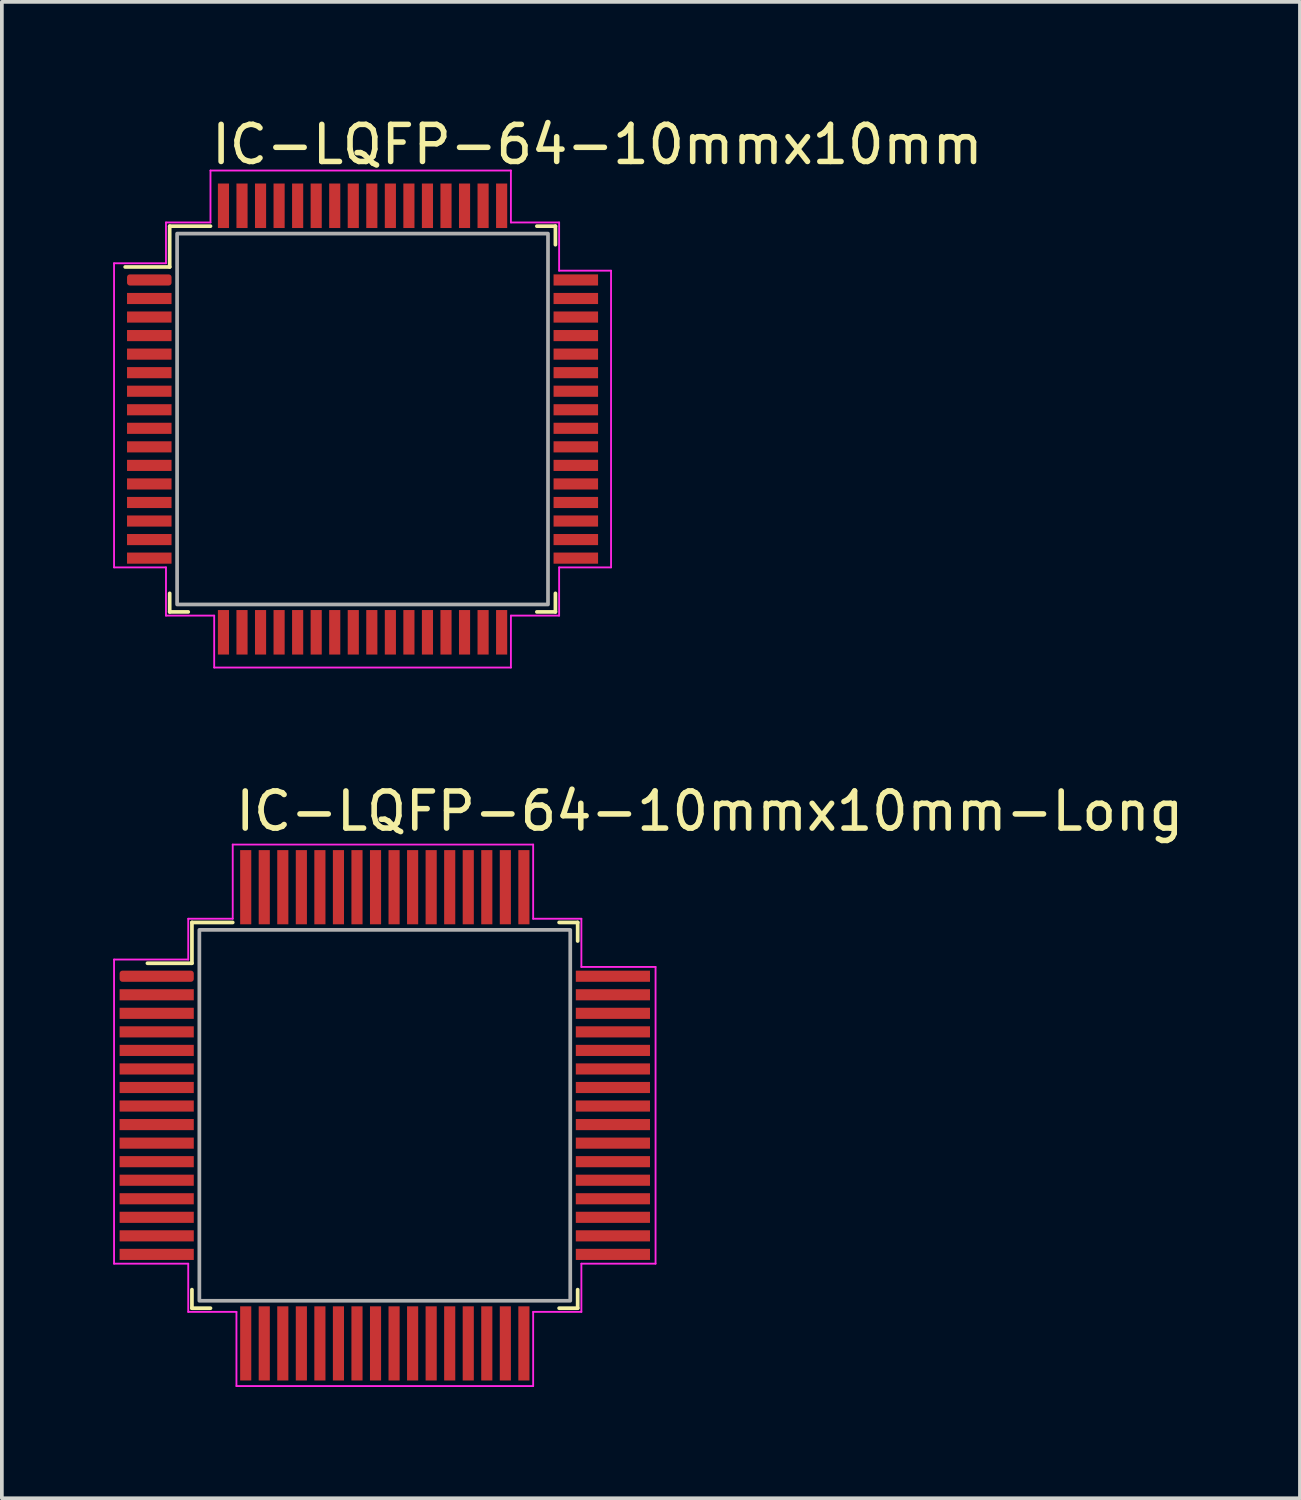
<source format=kicad_pcb>
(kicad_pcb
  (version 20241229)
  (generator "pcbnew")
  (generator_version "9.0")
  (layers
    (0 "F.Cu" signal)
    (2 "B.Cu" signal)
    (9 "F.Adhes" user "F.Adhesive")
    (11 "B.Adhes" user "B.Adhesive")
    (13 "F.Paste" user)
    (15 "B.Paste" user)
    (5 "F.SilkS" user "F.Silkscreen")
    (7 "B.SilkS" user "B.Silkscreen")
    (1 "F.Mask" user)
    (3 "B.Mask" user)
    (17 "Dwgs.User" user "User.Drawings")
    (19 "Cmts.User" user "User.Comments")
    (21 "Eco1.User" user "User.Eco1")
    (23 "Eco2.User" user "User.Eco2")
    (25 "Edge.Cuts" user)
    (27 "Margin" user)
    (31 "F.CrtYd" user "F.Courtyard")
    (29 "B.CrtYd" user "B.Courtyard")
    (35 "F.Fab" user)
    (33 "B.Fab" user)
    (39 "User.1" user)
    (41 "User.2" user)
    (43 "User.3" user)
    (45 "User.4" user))
  (footprint "IC-LQFP-64-10mmx10mm"
    (layer "F.Cu")
    (at 6.725 8.248)
    (property "Reference" "IC-LQFP-64-10mmx10mm" (at -4.15 -7.4 0) (layer "F.SilkS") (effects (font (size 1 1) (thickness 0.15)) (justify left)))
    (attr smd)
    (fp_line (start -5.2 -5.2) (end -4.1 -5.2) (stroke (width 0.1) (type default)) (layer "F.SilkS"))
    (fp_line (start -5.2 -4.1) (end -6.4 -4.1) (stroke (width 0.1) (type default)) (layer "F.SilkS"))
    (fp_line (start -5.2 -4.1) (end -5.2 -5.2) (stroke (width 0.1) (type default)) (layer "F.SilkS"))
    (fp_line (start -5.2 5.2) (end -5.2 4.7) (stroke (width 0.1) (type default)) (layer "F.SilkS"))
    (fp_line (start -4.7 5.2) (end -5.2 5.2) (stroke (width 0.1) (type default)) (layer "F.SilkS"))
    (fp_line (start 4.7 -5.2) (end 5.2 -5.2) (stroke (width 0.1) (type default)) (layer "F.SilkS"))
    (fp_line (start 5.2 -5.2) (end 5.2 -4.7) (stroke (width 0.1) (type default)) (layer "F.SilkS"))
    (fp_line (start 5.2 4.7) (end 5.2 5.2) (stroke (width 0.1) (type default)) (layer "F.SilkS"))
    (fp_line (start 5.2 5.2) (end 4.7 5.2) (stroke (width 0.1) (type default)) (layer "F.SilkS"))
    (fp_line (start -6.7 -4.2) (end -6.7 4) (stroke (width 0.05) (type default)) (layer "F.CrtYd"))
    (fp_line (start -6.7 4) (end -5.3 4) (stroke (width 0.05) (type default)) (layer "F.CrtYd"))
    (fp_line (start -5.3 -5.3) (end -5.3 -4.2) (stroke (width 0.05) (type default)) (layer "F.CrtYd"))
    (fp_line (start -5.3 -4.2) (end -6.7 -4.2) (stroke (width 0.05) (type default)) (layer "F.CrtYd"))
    (fp_line (start -5.3 4) (end -5.3 5.3) (stroke (width 0.05) (type default)) (layer "F.CrtYd"))
    (fp_line (start -5.3 5.3) (end -4 5.3) (stroke (width 0.05) (type default)) (layer "F.CrtYd"))
    (fp_line (start -4.1 -6.7) (end -4.1 -5.3) (stroke (width 0.05) (type default)) (layer "F.CrtYd"))
    (fp_line (start -4.1 -5.3) (end -5.3 -5.3) (stroke (width 0.05) (type default)) (layer "F.CrtYd"))
    (fp_line (start -4 5.3) (end -4 6.7) (stroke (width 0.05) (type default)) (layer "F.CrtYd"))
    (fp_line (start -4 6.7) (end 4 6.7) (stroke (width 0.05) (type default)) (layer "F.CrtYd"))
    (fp_line (start 4 -6.7) (end -4.1 -6.7) (stroke (width 0.05) (type default)) (layer "F.CrtYd"))
    (fp_line (start 4 -5.3) (end 4 -6.7) (stroke (width 0.05) (type default)) (layer "F.CrtYd"))
    (fp_line (start 4 5.3) (end 5.3 5.3) (stroke (width 0.05) (type default)) (layer "F.CrtYd"))
    (fp_line (start 4 6.7) (end 4 5.3) (stroke (width 0.05) (type default)) (layer "F.CrtYd"))
    (fp_line (start 5.3 -5.3) (end 4 -5.3) (stroke (width 0.05) (type default)) (layer "F.CrtYd"))
    (fp_line (start 5.3 -4) (end 5.3 -5.3) (stroke (width 0.05) (type default)) (layer "F.CrtYd"))
    (fp_line (start 5.3 4) (end 6.7 4) (stroke (width 0.05) (type default)) (layer "F.CrtYd"))
    (fp_line (start 5.3 5.3) (end 5.3 4) (stroke (width 0.05) (type default)) (layer "F.CrtYd"))
    (fp_line (start 6.7 -4) (end 5.3 -4) (stroke (width 0.05) (type default)) (layer "F.CrtYd"))
    (fp_line (start 6.7 4) (end 6.7 -4) (stroke (width 0.05) (type default)) (layer "F.CrtYd"))
    (fp_rect (start -5 -5) (end 5 5) (stroke (width 0.1) (type default)) (fill no) (layer "F.Fab"))
    (pad "1" smd roundrect (at -5.75 -3.75 270) (size 0.3 1.2) (layers "F.Cu" "F.Mask" "F.Paste") (roundrect_rratio 0.25))
    (pad "2" smd rect (at -5.75 -3.25 270) (size 0.3 1.2) (layers "F.Cu" "F.Mask" "F.Paste"))
    (pad "3" smd rect (at -5.75 -2.75 270) (size 0.3 1.2) (layers "F.Cu" "F.Mask" "F.Paste"))
    (pad "4" smd rect (at -5.75 -2.25 270) (size 0.3 1.2) (layers "F.Cu" "F.Mask" "F.Paste"))
    (pad "5" smd rect (at -5.75 -1.75 270) (size 0.3 1.2) (layers "F.Cu" "F.Mask" "F.Paste"))
    (pad "6" smd rect (at -5.75 -1.25 270) (size 0.3 1.2) (layers "F.Cu" "F.Mask" "F.Paste"))
    (pad "7" smd rect (at -5.75 -0.75 270) (size 0.3 1.2) (layers "F.Cu" "F.Mask" "F.Paste"))
    (pad "8" smd rect (at -5.75 -0.25 270) (size 0.3 1.2) (layers "F.Cu" "F.Mask" "F.Paste"))
    (pad "9" smd rect (at -5.75 0.25 270) (size 0.3 1.2) (layers "F.Cu" "F.Mask" "F.Paste"))
    (pad "10" smd rect (at -5.75 0.75 270) (size 0.3 1.2) (layers "F.Cu" "F.Mask" "F.Paste"))
    (pad "11" smd rect (at -5.75 1.25 270) (size 0.3 1.2) (layers "F.Cu" "F.Mask" "F.Paste"))
    (pad "12" smd rect (at -5.75 1.75 270) (size 0.3 1.2) (layers "F.Cu" "F.Mask" "F.Paste"))
    (pad "13" smd rect (at -5.75 2.25 270) (size 0.3 1.2) (layers "F.Cu" "F.Mask" "F.Paste"))
    (pad "14" smd rect (at -5.75 2.75 270) (size 0.3 1.2) (layers "F.Cu" "F.Mask" "F.Paste"))
    (pad "15" smd rect (at -5.75 3.25 270) (size 0.3 1.2) (layers "F.Cu" "F.Mask" "F.Paste"))
    (pad "16" smd rect (at -5.75 3.75 270) (size 0.3 1.2) (layers "F.Cu" "F.Mask" "F.Paste"))
    (pad "17" smd rect (at -3.75 5.75) (size 0.3 1.2) (layers "F.Cu" "F.Mask" "F.Paste"))
    (pad "18" smd rect (at -3.25 5.75) (size 0.3 1.2) (layers "F.Cu" "F.Mask" "F.Paste"))
    (pad "19" smd rect (at -2.75 5.75) (size 0.3 1.2) (layers "F.Cu" "F.Mask" "F.Paste"))
    (pad "20" smd rect (at -2.25 5.75) (size 0.3 1.2) (layers "F.Cu" "F.Mask" "F.Paste"))
    (pad "21" smd rect (at -1.75 5.75) (size 0.3 1.2) (layers "F.Cu" "F.Mask" "F.Paste"))
    (pad "22" smd rect (at -1.25 5.75) (size 0.3 1.2) (layers "F.Cu" "F.Mask" "F.Paste"))
    (pad "23" smd rect (at -0.75 5.75) (size 0.3 1.2) (layers "F.Cu" "F.Mask" "F.Paste"))
    (pad "24" smd rect (at -0.25 5.75) (size 0.3 1.2) (layers "F.Cu" "F.Mask" "F.Paste"))
    (pad "25" smd rect (at 0.25 5.75) (size 0.3 1.2) (layers "F.Cu" "F.Mask" "F.Paste"))
    (pad "26" smd rect (at 0.75 5.75) (size 0.3 1.2) (layers "F.Cu" "F.Mask" "F.Paste"))
    (pad "27" smd rect (at 1.25 5.75) (size 0.3 1.2) (layers "F.Cu" "F.Mask" "F.Paste"))
    (pad "28" smd rect (at 1.75 5.75) (size 0.3 1.2) (layers "F.Cu" "F.Mask" "F.Paste"))
    (pad "29" smd rect (at 2.25 5.75) (size 0.3 1.2) (layers "F.Cu" "F.Mask" "F.Paste"))
    (pad "30" smd rect (at 2.75 5.75) (size 0.3 1.2) (layers "F.Cu" "F.Mask" "F.Paste"))
    (pad "31" smd rect (at 3.25 5.75) (size 0.3 1.2) (layers "F.Cu" "F.Mask" "F.Paste"))
    (pad "32" smd rect (at 3.75 5.75) (size 0.3 1.2) (layers "F.Cu" "F.Mask" "F.Paste"))
    (pad "33" smd rect (at 5.75 3.75 90) (size 0.3 1.2) (layers "F.Cu" "F.Mask" "F.Paste"))
    (pad "34" smd rect (at 5.75 3.25 90) (size 0.3 1.2) (layers "F.Cu" "F.Mask" "F.Paste"))
    (pad "35" smd rect (at 5.75 2.75 90) (size 0.3 1.2) (layers "F.Cu" "F.Mask" "F.Paste"))
    (pad "36" smd rect (at 5.75 2.25 90) (size 0.3 1.2) (layers "F.Cu" "F.Mask" "F.Paste"))
    (pad "37" smd rect (at 5.75 1.75 90) (size 0.3 1.2) (layers "F.Cu" "F.Mask" "F.Paste"))
    (pad "38" smd rect (at 5.75 1.25 90) (size 0.3 1.2) (layers "F.Cu" "F.Mask" "F.Paste"))
    (pad "39" smd rect (at 5.75 0.75 90) (size 0.3 1.2) (layers "F.Cu" "F.Mask" "F.Paste"))
    (pad "40" smd rect (at 5.75 0.25 90) (size 0.3 1.2) (layers "F.Cu" "F.Mask" "F.Paste"))
    (pad "41" smd rect (at 5.75 -0.25 90) (size 0.3 1.2) (layers "F.Cu" "F.Mask" "F.Paste"))
    (pad "42" smd rect (at 5.75 -0.75 90) (size 0.3 1.2) (layers "F.Cu" "F.Mask" "F.Paste"))
    (pad "43" smd rect (at 5.75 -1.25 90) (size 0.3 1.2) (layers "F.Cu" "F.Mask" "F.Paste"))
    (pad "44" smd rect (at 5.75 -1.75 90) (size 0.3 1.2) (layers "F.Cu" "F.Mask" "F.Paste"))
    (pad "45" smd rect (at 5.75 -2.25 90) (size 0.3 1.2) (layers "F.Cu" "F.Mask" "F.Paste"))
    (pad "46" smd rect (at 5.75 -2.75 90) (size 0.3 1.2) (layers "F.Cu" "F.Mask" "F.Paste"))
    (pad "47" smd rect (at 5.75 -3.25 90) (size 0.3 1.2) (layers "F.Cu" "F.Mask" "F.Paste"))
    (pad "48" smd rect (at 5.75 -3.75 90) (size 0.3 1.2) (layers "F.Cu" "F.Mask" "F.Paste"))
    (pad "49" smd rect (at 3.75 -5.75 180) (size 0.3 1.2) (layers "F.Cu" "F.Mask" "F.Paste"))
    (pad "50" smd rect (at 3.25 -5.75 180) (size 0.3 1.2) (layers "F.Cu" "F.Mask" "F.Paste"))
    (pad "51" smd rect (at 2.75 -5.75 180) (size 0.3 1.2) (layers "F.Cu" "F.Mask" "F.Paste"))
    (pad "52" smd rect (at 2.25 -5.75 180) (size 0.3 1.2) (layers "F.Cu" "F.Mask" "F.Paste"))
    (pad "53" smd rect (at 1.75 -5.75 180) (size 0.3 1.2) (layers "F.Cu" "F.Mask" "F.Paste"))
    (pad "54" smd rect (at 1.25 -5.75 180) (size 0.3 1.2) (layers "F.Cu" "F.Mask" "F.Paste"))
    (pad "55" smd rect (at 0.75 -5.75 180) (size 0.3 1.2) (layers "F.Cu" "F.Mask" "F.Paste"))
    (pad "56" smd rect (at 0.25 -5.75 180) (size 0.3 1.2) (layers "F.Cu" "F.Mask" "F.Paste"))
    (pad "57" smd rect (at -0.25 -5.75 180) (size 0.3 1.2) (layers "F.Cu" "F.Mask" "F.Paste"))
    (pad "58" smd rect (at -0.75 -5.75 180) (size 0.3 1.2) (layers "F.Cu" "F.Mask" "F.Paste"))
    (pad "59" smd rect (at -1.25 -5.75 180) (size 0.3 1.2) (layers "F.Cu" "F.Mask" "F.Paste"))
    (pad "60" smd rect (at -1.75 -5.75 180) (size 0.3 1.2) (layers "F.Cu" "F.Mask" "F.Paste"))
    (pad "61" smd rect (at -2.25 -5.75 180) (size 0.3 1.2) (layers "F.Cu" "F.Mask" "F.Paste"))
    (pad "62" smd rect (at -2.75 -5.75 180) (size 0.3 1.2) (layers "F.Cu" "F.Mask" "F.Paste"))
    (pad "63" smd rect (at -3.25 -5.75 180) (size 0.3 1.2) (layers "F.Cu" "F.Mask" "F.Paste"))
    (pad "64" smd rect (at -3.75 -5.75 180) (size 0.3 1.2) (layers "F.Cu" "F.Mask" "F.Paste")))
  (footprint "IC-LQFP-64-10mmx10mm-Long"
    (layer "F.Cu")
    (at 7.325 27.021)
    (property "Reference" "IC-LQFP-64-10mmx10mm-Long" (at -4.1 -8.2 0) (layer "F.SilkS") (effects (font (size 1 1) (thickness 0.15)) (justify left)))
    (attr smd)
    (fp_line (start -5.2 -5.2) (end -4.1 -5.2) (stroke (width 0.1) (type default)) (layer "F.SilkS"))
    (fp_line (start -5.2 -4.1) (end -6.4 -4.1) (stroke (width 0.1) (type default)) (layer "F.SilkS"))
    (fp_line (start -5.2 -4.1) (end -5.2 -5.2) (stroke (width 0.1) (type default)) (layer "F.SilkS"))
    (fp_line (start -5.2 5.2) (end -5.2 4.7) (stroke (width 0.1) (type default)) (layer "F.SilkS"))
    (fp_line (start -4.7 5.2) (end -5.2 5.2) (stroke (width 0.1) (type default)) (layer "F.SilkS"))
    (fp_line (start 4.7 -5.2) (end 5.2 -5.2) (stroke (width 0.1) (type default)) (layer "F.SilkS"))
    (fp_line (start 5.2 -5.2) (end 5.2 -4.7) (stroke (width 0.1) (type default)) (layer "F.SilkS"))
    (fp_line (start 5.2 4.7) (end 5.2 5.2) (stroke (width 0.1) (type default)) (layer "F.SilkS"))
    (fp_line (start 5.2 5.2) (end 4.7 5.2) (stroke (width 0.1) (type default)) (layer "F.SilkS"))
    (fp_line (start -7.3 -4.2) (end -7.3 4) (stroke (width 0.05) (type default)) (layer "F.CrtYd"))
    (fp_line (start -7.3 4) (end -5.3 4) (stroke (width 0.05) (type default)) (layer "F.CrtYd"))
    (fp_line (start -5.3 -5.3) (end -5.3 -4.2) (stroke (width 0.05) (type default)) (layer "F.CrtYd"))
    (fp_line (start -5.3 -4.2) (end -7.3 -4.2) (stroke (width 0.05) (type default)) (layer "F.CrtYd"))
    (fp_line (start -5.3 4) (end -5.3 5.3) (stroke (width 0.05) (type default)) (layer "F.CrtYd"))
    (fp_line (start -5.3 5.3) (end -4 5.3) (stroke (width 0.05) (type default)) (layer "F.CrtYd"))
    (fp_line (start -4.1 -7.3) (end -4.1 -5.3) (stroke (width 0.05) (type default)) (layer "F.CrtYd"))
    (fp_line (start -4.1 -5.3) (end -5.3 -5.3) (stroke (width 0.05) (type default)) (layer "F.CrtYd"))
    (fp_line (start -4 5.3) (end -4 7.3) (stroke (width 0.05) (type default)) (layer "F.CrtYd"))
    (fp_line (start -4 7.3) (end 4 7.3) (stroke (width 0.05) (type default)) (layer "F.CrtYd"))
    (fp_line (start 4 -7.3) (end -4.1 -7.3) (stroke (width 0.05) (type default)) (layer "F.CrtYd"))
    (fp_line (start 4 -5.3) (end 4 -7.3) (stroke (width 0.05) (type default)) (layer "F.CrtYd"))
    (fp_line (start 4 5.3) (end 5.3 5.3) (stroke (width 0.05) (type default)) (layer "F.CrtYd"))
    (fp_line (start 4 7.3) (end 4 5.3) (stroke (width 0.05) (type default)) (layer "F.CrtYd"))
    (fp_line (start 5.3 -5.3) (end 4 -5.3) (stroke (width 0.05) (type default)) (layer "F.CrtYd"))
    (fp_line (start 5.3 -4) (end 5.3 -5.3) (stroke (width 0.05) (type default)) (layer "F.CrtYd"))
    (fp_line (start 5.3 4) (end 7.3 4) (stroke (width 0.05) (type default)) (layer "F.CrtYd"))
    (fp_line (start 5.3 5.3) (end 5.3 4) (stroke (width 0.05) (type default)) (layer "F.CrtYd"))
    (fp_line (start 7.3 -4) (end 5.3 -4) (stroke (width 0.05) (type default)) (layer "F.CrtYd"))
    (fp_line (start 7.3 4) (end 7.3 -4) (stroke (width 0.05) (type default)) (layer "F.CrtYd"))
    (fp_rect (start -5 -5) (end 5 5) (stroke (width 0.1) (type default)) (fill no) (layer "F.Fab"))
    (pad "1" smd roundrect (at -6.15 -3.75 270) (size 0.3 2) (layers "F.Cu" "F.Mask" "F.Paste") (roundrect_rratio 0.25))
    (pad "2" smd rect (at -6.15 -3.25 270) (size 0.3 2) (layers "F.Cu" "F.Mask" "F.Paste"))
    (pad "3" smd rect (at -6.15 -2.75 270) (size 0.3 2) (layers "F.Cu" "F.Mask" "F.Paste"))
    (pad "4" smd rect (at -6.15 -2.25 270) (size 0.3 2) (layers "F.Cu" "F.Mask" "F.Paste"))
    (pad "5" smd rect (at -6.15 -1.75 270) (size 0.3 2) (layers "F.Cu" "F.Mask" "F.Paste"))
    (pad "6" smd rect (at -6.15 -1.25 270) (size 0.3 2) (layers "F.Cu" "F.Mask" "F.Paste"))
    (pad "7" smd rect (at -6.15 -0.75 270) (size 0.3 2) (layers "F.Cu" "F.Mask" "F.Paste"))
    (pad "8" smd rect (at -6.15 -0.25 270) (size 0.3 2) (layers "F.Cu" "F.Mask" "F.Paste"))
    (pad "9" smd rect (at -6.15 0.25 270) (size 0.3 2) (layers "F.Cu" "F.Mask" "F.Paste"))
    (pad "10" smd rect (at -6.15 0.75 270) (size 0.3 2) (layers "F.Cu" "F.Mask" "F.Paste"))
    (pad "11" smd rect (at -6.15 1.25 270) (size 0.3 2) (layers "F.Cu" "F.Mask" "F.Paste"))
    (pad "12" smd rect (at -6.15 1.75 270) (size 0.3 2) (layers "F.Cu" "F.Mask" "F.Paste"))
    (pad "13" smd rect (at -6.15 2.25 270) (size 0.3 2) (layers "F.Cu" "F.Mask" "F.Paste"))
    (pad "14" smd rect (at -6.15 2.75 270) (size 0.3 2) (layers "F.Cu" "F.Mask" "F.Paste"))
    (pad "15" smd rect (at -6.15 3.25 270) (size 0.3 2) (layers "F.Cu" "F.Mask" "F.Paste"))
    (pad "16" smd rect (at -6.15 3.75 270) (size 0.3 2) (layers "F.Cu" "F.Mask" "F.Paste"))
    (pad "17" smd rect (at -3.75 6.15) (size 0.3 2) (layers "F.Cu" "F.Mask" "F.Paste"))
    (pad "18" smd rect (at -3.25 6.15) (size 0.3 2) (layers "F.Cu" "F.Mask" "F.Paste"))
    (pad "19" smd rect (at -2.75 6.15) (size 0.3 2) (layers "F.Cu" "F.Mask" "F.Paste"))
    (pad "20" smd rect (at -2.25 6.15) (size 0.3 2) (layers "F.Cu" "F.Mask" "F.Paste"))
    (pad "21" smd rect (at -1.75 6.15) (size 0.3 2) (layers "F.Cu" "F.Mask" "F.Paste"))
    (pad "22" smd rect (at -1.25 6.15) (size 0.3 2) (layers "F.Cu" "F.Mask" "F.Paste"))
    (pad "23" smd rect (at -0.75 6.15) (size 0.3 2) (layers "F.Cu" "F.Mask" "F.Paste"))
    (pad "24" smd rect (at -0.25 6.15) (size 0.3 2) (layers "F.Cu" "F.Mask" "F.Paste"))
    (pad "25" smd rect (at 0.25 6.15) (size 0.3 2) (layers "F.Cu" "F.Mask" "F.Paste"))
    (pad "26" smd rect (at 0.75 6.15) (size 0.3 2) (layers "F.Cu" "F.Mask" "F.Paste"))
    (pad "27" smd rect (at 1.25 6.15) (size 0.3 2) (layers "F.Cu" "F.Mask" "F.Paste"))
    (pad "28" smd rect (at 1.75 6.15) (size 0.3 2) (layers "F.Cu" "F.Mask" "F.Paste"))
    (pad "29" smd rect (at 2.25 6.15) (size 0.3 2) (layers "F.Cu" "F.Mask" "F.Paste"))
    (pad "30" smd rect (at 2.75 6.15) (size 0.3 2) (layers "F.Cu" "F.Mask" "F.Paste"))
    (pad "31" smd rect (at 3.25 6.15) (size 0.3 2) (layers "F.Cu" "F.Mask" "F.Paste"))
    (pad "32" smd rect (at 3.75 6.15) (size 0.3 2) (layers "F.Cu" "F.Mask" "F.Paste"))
    (pad "33" smd rect (at 6.15 3.75 90) (size 0.3 2) (layers "F.Cu" "F.Mask" "F.Paste"))
    (pad "34" smd rect (at 6.15 3.25 90) (size 0.3 2) (layers "F.Cu" "F.Mask" "F.Paste"))
    (pad "35" smd rect (at 6.15 2.75 90) (size 0.3 2) (layers "F.Cu" "F.Mask" "F.Paste"))
    (pad "36" smd rect (at 6.15 2.25 90) (size 0.3 2) (layers "F.Cu" "F.Mask" "F.Paste"))
    (pad "37" smd rect (at 6.15 1.75 90) (size 0.3 2) (layers "F.Cu" "F.Mask" "F.Paste"))
    (pad "38" smd rect (at 6.15 1.25 90) (size 0.3 2) (layers "F.Cu" "F.Mask" "F.Paste"))
    (pad "39" smd rect (at 6.15 0.75 90) (size 0.3 2) (layers "F.Cu" "F.Mask" "F.Paste"))
    (pad "40" smd rect (at 6.15 0.25 90) (size 0.3 2) (layers "F.Cu" "F.Mask" "F.Paste"))
    (pad "41" smd rect (at 6.15 -0.25 90) (size 0.3 2) (layers "F.Cu" "F.Mask" "F.Paste"))
    (pad "42" smd rect (at 6.15 -0.75 90) (size 0.3 2) (layers "F.Cu" "F.Mask" "F.Paste"))
    (pad "43" smd rect (at 6.15 -1.25 90) (size 0.3 2) (layers "F.Cu" "F.Mask" "F.Paste"))
    (pad "44" smd rect (at 6.15 -1.75 90) (size 0.3 2) (layers "F.Cu" "F.Mask" "F.Paste"))
    (pad "45" smd rect (at 6.15 -2.25 90) (size 0.3 2) (layers "F.Cu" "F.Mask" "F.Paste"))
    (pad "46" smd rect (at 6.15 -2.75 90) (size 0.3 2) (layers "F.Cu" "F.Mask" "F.Paste"))
    (pad "47" smd rect (at 6.15 -3.25 90) (size 0.3 2) (layers "F.Cu" "F.Mask" "F.Paste"))
    (pad "48" smd rect (at 6.15 -3.75 90) (size 0.3 2) (layers "F.Cu" "F.Mask" "F.Paste"))
    (pad "49" smd rect (at 3.75 -6.15 180) (size 0.3 2) (layers "F.Cu" "F.Mask" "F.Paste"))
    (pad "50" smd rect (at 3.25 -6.15 180) (size 0.3 2) (layers "F.Cu" "F.Mask" "F.Paste"))
    (pad "51" smd rect (at 2.75 -6.15 180) (size 0.3 2) (layers "F.Cu" "F.Mask" "F.Paste"))
    (pad "52" smd rect (at 2.25 -6.15 180) (size 0.3 2) (layers "F.Cu" "F.Mask" "F.Paste"))
    (pad "53" smd rect (at 1.75 -6.15 180) (size 0.3 2) (layers "F.Cu" "F.Mask" "F.Paste"))
    (pad "54" smd rect (at 1.25 -6.15 180) (size 0.3 2) (layers "F.Cu" "F.Mask" "F.Paste"))
    (pad "55" smd rect (at 0.75 -6.15 180) (size 0.3 2) (layers "F.Cu" "F.Mask" "F.Paste"))
    (pad "56" smd rect (at 0.25 -6.15 180) (size 0.3 2) (layers "F.Cu" "F.Mask" "F.Paste"))
    (pad "57" smd rect (at -0.25 -6.15 180) (size 0.3 2) (layers "F.Cu" "F.Mask" "F.Paste"))
    (pad "58" smd rect (at -0.75 -6.15 180) (size 0.3 2) (layers "F.Cu" "F.Mask" "F.Paste"))
    (pad "59" smd rect (at -1.25 -6.15 180) (size 0.3 2) (layers "F.Cu" "F.Mask" "F.Paste"))
    (pad "60" smd rect (at -1.75 -6.15 180) (size 0.3 2) (layers "F.Cu" "F.Mask" "F.Paste"))
    (pad "61" smd rect (at -2.25 -6.15 180) (size 0.3 2) (layers "F.Cu" "F.Mask" "F.Paste"))
    (pad "62" smd rect (at -2.75 -6.15 180) (size 0.3 2) (layers "F.Cu" "F.Mask" "F.Paste"))
    (pad "63" smd rect (at -3.25 -6.15 180) (size 0.3 2) (layers "F.Cu" "F.Mask" "F.Paste"))
    (pad "64" smd rect (at -3.75 -6.15 180) (size 0.3 2) (layers "F.Cu" "F.Mask" "F.Paste")))
  (gr_rect
    (start -3 -3)
    (end 31.999 37.346)
    (stroke (width 0.1) (type default))
    (fill no)
    (layer "Edge.Cuts")))
</source>
